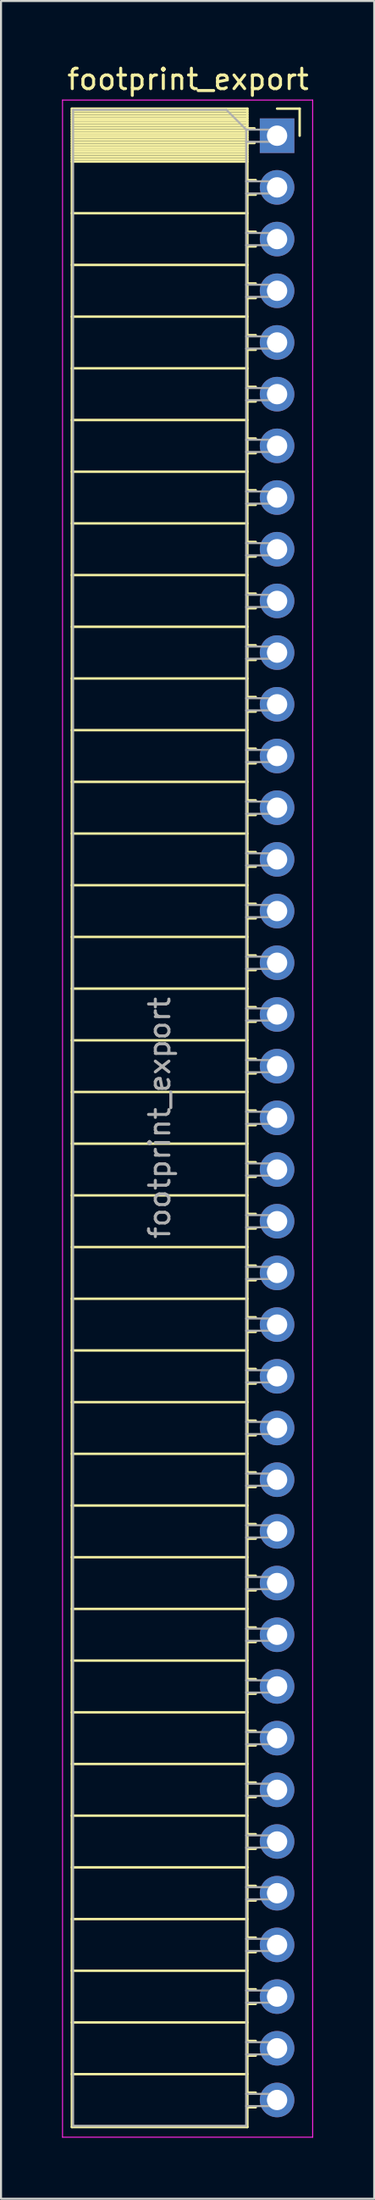
<source format=kicad_pcb>
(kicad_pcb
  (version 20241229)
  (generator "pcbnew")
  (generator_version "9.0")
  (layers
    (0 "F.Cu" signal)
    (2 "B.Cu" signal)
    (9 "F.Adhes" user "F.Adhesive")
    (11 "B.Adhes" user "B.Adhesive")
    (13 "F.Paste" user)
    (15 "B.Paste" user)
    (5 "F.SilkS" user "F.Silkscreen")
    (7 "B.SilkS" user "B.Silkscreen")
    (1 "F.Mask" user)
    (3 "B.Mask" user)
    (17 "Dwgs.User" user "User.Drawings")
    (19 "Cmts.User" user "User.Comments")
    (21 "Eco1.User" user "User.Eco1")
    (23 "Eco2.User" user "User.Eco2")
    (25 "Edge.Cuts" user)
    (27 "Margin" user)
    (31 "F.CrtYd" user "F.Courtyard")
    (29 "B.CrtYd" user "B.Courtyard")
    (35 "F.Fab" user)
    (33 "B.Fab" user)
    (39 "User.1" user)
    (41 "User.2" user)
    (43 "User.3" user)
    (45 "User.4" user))
  (footprint "footprint_export"
    (layer "F.Cu")
    (at 10.575 3.618)
    (property "Reference" "footprint_export" (at -4.38 -2.77 0) (layer "F.SilkS") (effects (font (size 1 1) (thickness 0.15))))
    (attr through_hole)
    (fp_line (start -10.09 -1.33) (end -10.09 97.85) (stroke (width 0.12) (type solid)) (layer "F.SilkS"))
    (fp_line (start -10.09 -1.33) (end -1.46 -1.33) (stroke (width 0.12) (type solid)) (layer "F.SilkS"))
    (fp_line (start -10.09 -1.21) (end -1.46 -1.21) (stroke (width 0.12) (type solid)) (layer "F.SilkS"))
    (fp_line (start -10.09 -1.092) (end -1.46 -1.092) (stroke (width 0.12) (type solid)) (layer "F.SilkS"))
    (fp_line (start -10.09 -0.974) (end -1.46 -0.974) (stroke (width 0.12) (type solid)) (layer "F.SilkS"))
    (fp_line (start -10.09 -0.856) (end -1.46 -0.856) (stroke (width 0.12) (type solid)) (layer "F.SilkS"))
    (fp_line (start -10.09 -0.738) (end -1.46 -0.738) (stroke (width 0.12) (type solid)) (layer "F.SilkS"))
    (fp_line (start -10.09 -0.62) (end -1.46 -0.62) (stroke (width 0.12) (type solid)) (layer "F.SilkS"))
    (fp_line (start -10.09 -0.501) (end -1.46 -0.501) (stroke (width 0.12) (type solid)) (layer "F.SilkS"))
    (fp_line (start -10.09 -0.383) (end -1.46 -0.383) (stroke (width 0.12) (type solid)) (layer "F.SilkS"))
    (fp_line (start -10.09 -0.265) (end -1.46 -0.265) (stroke (width 0.12) (type solid)) (layer "F.SilkS"))
    (fp_line (start -10.09 -0.147) (end -1.46 -0.147) (stroke (width 0.12) (type solid)) (layer "F.SilkS"))
    (fp_line (start -10.09 -0.029) (end -1.46 -0.029) (stroke (width 0.12) (type solid)) (layer "F.SilkS"))
    (fp_line (start -10.09 0.089) (end -1.46 0.089) (stroke (width 0.12) (type solid)) (layer "F.SilkS"))
    (fp_line (start -10.09 0.207) (end -1.46 0.207) (stroke (width 0.12) (type solid)) (layer "F.SilkS"))
    (fp_line (start -10.09 0.325) (end -1.46 0.325) (stroke (width 0.12) (type solid)) (layer "F.SilkS"))
    (fp_line (start -10.09 0.443) (end -1.46 0.443) (stroke (width 0.12) (type solid)) (layer "F.SilkS"))
    (fp_line (start -10.09 0.561) (end -1.46 0.561) (stroke (width 0.12) (type solid)) (layer "F.SilkS"))
    (fp_line (start -10.09 0.68) (end -1.46 0.68) (stroke (width 0.12) (type solid)) (layer "F.SilkS"))
    (fp_line (start -10.09 0.798) (end -1.46 0.798) (stroke (width 0.12) (type solid)) (layer "F.SilkS"))
    (fp_line (start -10.09 0.916) (end -1.46 0.916) (stroke (width 0.12) (type solid)) (layer "F.SilkS"))
    (fp_line (start -10.09 1.034) (end -1.46 1.034) (stroke (width 0.12) (type solid)) (layer "F.SilkS"))
    (fp_line (start -10.09 1.152) (end -1.46 1.152) (stroke (width 0.12) (type solid)) (layer "F.SilkS"))
    (fp_line (start -10.09 1.27) (end -1.46 1.27) (stroke (width 0.12) (type solid)) (layer "F.SilkS"))
    (fp_line (start -10.09 3.81) (end -1.46 3.81) (stroke (width 0.12) (type solid)) (layer "F.SilkS"))
    (fp_line (start -10.09 6.35) (end -1.46 6.35) (stroke (width 0.12) (type solid)) (layer "F.SilkS"))
    (fp_line (start -10.09 8.89) (end -1.46 8.89) (stroke (width 0.12) (type solid)) (layer "F.SilkS"))
    (fp_line (start -10.09 11.43) (end -1.46 11.43) (stroke (width 0.12) (type solid)) (layer "F.SilkS"))
    (fp_line (start -10.09 13.97) (end -1.46 13.97) (stroke (width 0.12) (type solid)) (layer "F.SilkS"))
    (fp_line (start -10.09 16.51) (end -1.46 16.51) (stroke (width 0.12) (type solid)) (layer "F.SilkS"))
    (fp_line (start -10.09 19.05) (end -1.46 19.05) (stroke (width 0.12) (type solid)) (layer "F.SilkS"))
    (fp_line (start -10.09 21.59) (end -1.46 21.59) (stroke (width 0.12) (type solid)) (layer "F.SilkS"))
    (fp_line (start -10.09 24.13) (end -1.46 24.13) (stroke (width 0.12) (type solid)) (layer "F.SilkS"))
    (fp_line (start -10.09 26.67) (end -1.46 26.67) (stroke (width 0.12) (type solid)) (layer "F.SilkS"))
    (fp_line (start -10.09 29.21) (end -1.46 29.21) (stroke (width 0.12) (type solid)) (layer "F.SilkS"))
    (fp_line (start -10.09 31.75) (end -1.46 31.75) (stroke (width 0.12) (type solid)) (layer "F.SilkS"))
    (fp_line (start -10.09 34.29) (end -1.46 34.29) (stroke (width 0.12) (type solid)) (layer "F.SilkS"))
    (fp_line (start -10.09 36.83) (end -1.46 36.83) (stroke (width 0.12) (type solid)) (layer "F.SilkS"))
    (fp_line (start -10.09 39.37) (end -1.46 39.37) (stroke (width 0.12) (type solid)) (layer "F.SilkS"))
    (fp_line (start -10.09 41.91) (end -1.46 41.91) (stroke (width 0.12) (type solid)) (layer "F.SilkS"))
    (fp_line (start -10.09 44.45) (end -1.46 44.45) (stroke (width 0.12) (type solid)) (layer "F.SilkS"))
    (fp_line (start -10.09 46.99) (end -1.46 46.99) (stroke (width 0.12) (type solid)) (layer "F.SilkS"))
    (fp_line (start -10.09 49.53) (end -1.46 49.53) (stroke (width 0.12) (type solid)) (layer "F.SilkS"))
    (fp_line (start -10.09 52.07) (end -1.46 52.07) (stroke (width 0.12) (type solid)) (layer "F.SilkS"))
    (fp_line (start -10.09 54.61) (end -1.46 54.61) (stroke (width 0.12) (type solid)) (layer "F.SilkS"))
    (fp_line (start -10.09 57.15) (end -1.46 57.15) (stroke (width 0.12) (type solid)) (layer "F.SilkS"))
    (fp_line (start -10.09 59.69) (end -1.46 59.69) (stroke (width 0.12) (type solid)) (layer "F.SilkS"))
    (fp_line (start -10.09 62.23) (end -1.46 62.23) (stroke (width 0.12) (type solid)) (layer "F.SilkS"))
    (fp_line (start -10.09 64.77) (end -1.46 64.77) (stroke (width 0.12) (type solid)) (layer "F.SilkS"))
    (fp_line (start -10.09 67.31) (end -1.46 67.31) (stroke (width 0.12) (type solid)) (layer "F.SilkS"))
    (fp_line (start -10.09 69.85) (end -1.46 69.85) (stroke (width 0.12) (type solid)) (layer "F.SilkS"))
    (fp_line (start -10.09 72.39) (end -1.46 72.39) (stroke (width 0.12) (type solid)) (layer "F.SilkS"))
    (fp_line (start -10.09 74.93) (end -1.46 74.93) (stroke (width 0.12) (type solid)) (layer "F.SilkS"))
    (fp_line (start -10.09 77.47) (end -1.46 77.47) (stroke (width 0.12) (type solid)) (layer "F.SilkS"))
    (fp_line (start -10.09 80.01) (end -1.46 80.01) (stroke (width 0.12) (type solid)) (layer "F.SilkS"))
    (fp_line (start -10.09 82.55) (end -1.46 82.55) (stroke (width 0.12) (type solid)) (layer "F.SilkS"))
    (fp_line (start -10.09 85.09) (end -1.46 85.09) (stroke (width 0.12) (type solid)) (layer "F.SilkS"))
    (fp_line (start -10.09 87.63) (end -1.46 87.63) (stroke (width 0.12) (type solid)) (layer "F.SilkS"))
    (fp_line (start -10.09 90.17) (end -1.46 90.17) (stroke (width 0.12) (type solid)) (layer "F.SilkS"))
    (fp_line (start -10.09 92.71) (end -1.46 92.71) (stroke (width 0.12) (type solid)) (layer "F.SilkS"))
    (fp_line (start -10.09 95.25) (end -1.46 95.25) (stroke (width 0.12) (type solid)) (layer "F.SilkS"))
    (fp_line (start -10.09 97.85) (end -1.46 97.85) (stroke (width 0.12) (type solid)) (layer "F.SilkS"))
    (fp_line (start -1.46 -1.33) (end -1.46 97.85) (stroke (width 0.12) (type solid)) (layer "F.SilkS"))
    (fp_line (start -1.46 -0.36) (end -1.11 -0.36) (stroke (width 0.12) (type solid)) (layer "F.SilkS"))
    (fp_line (start -1.46 0.36) (end -1.11 0.36) (stroke (width 0.12) (type solid)) (layer "F.SilkS"))
    (fp_line (start -1.46 2.18) (end -1.05 2.18) (stroke (width 0.12) (type solid)) (layer "F.SilkS"))
    (fp_line (start -1.46 2.9) (end -1.05 2.9) (stroke (width 0.12) (type solid)) (layer "F.SilkS"))
    (fp_line (start -1.46 4.72) (end -1.05 4.72) (stroke (width 0.12) (type solid)) (layer "F.SilkS"))
    (fp_line (start -1.46 5.44) (end -1.05 5.44) (stroke (width 0.12) (type solid)) (layer "F.SilkS"))
    (fp_line (start -1.46 7.26) (end -1.05 7.26) (stroke (width 0.12) (type solid)) (layer "F.SilkS"))
    (fp_line (start -1.46 7.98) (end -1.05 7.98) (stroke (width 0.12) (type solid)) (layer "F.SilkS"))
    (fp_line (start -1.46 9.8) (end -1.05 9.8) (stroke (width 0.12) (type solid)) (layer "F.SilkS"))
    (fp_line (start -1.46 10.52) (end -1.05 10.52) (stroke (width 0.12) (type solid)) (layer "F.SilkS"))
    (fp_line (start -1.46 12.34) (end -1.05 12.34) (stroke (width 0.12) (type solid)) (layer "F.SilkS"))
    (fp_line (start -1.46 13.06) (end -1.05 13.06) (stroke (width 0.12) (type solid)) (layer "F.SilkS"))
    (fp_line (start -1.46 14.88) (end -1.05 14.88) (stroke (width 0.12) (type solid)) (layer "F.SilkS"))
    (fp_line (start -1.46 15.6) (end -1.05 15.6) (stroke (width 0.12) (type solid)) (layer "F.SilkS"))
    (fp_line (start -1.46 17.42) (end -1.05 17.42) (stroke (width 0.12) (type solid)) (layer "F.SilkS"))
    (fp_line (start -1.46 18.14) (end -1.05 18.14) (stroke (width 0.12) (type solid)) (layer "F.SilkS"))
    (fp_line (start -1.46 19.96) (end -1.05 19.96) (stroke (width 0.12) (type solid)) (layer "F.SilkS"))
    (fp_line (start -1.46 20.68) (end -1.05 20.68) (stroke (width 0.12) (type solid)) (layer "F.SilkS"))
    (fp_line (start -1.46 22.5) (end -1.05 22.5) (stroke (width 0.12) (type solid)) (layer "F.SilkS"))
    (fp_line (start -1.46 23.22) (end -1.05 23.22) (stroke (width 0.12) (type solid)) (layer "F.SilkS"))
    (fp_line (start -1.46 25.04) (end -1.05 25.04) (stroke (width 0.12) (type solid)) (layer "F.SilkS"))
    (fp_line (start -1.46 25.76) (end -1.05 25.76) (stroke (width 0.12) (type solid)) (layer "F.SilkS"))
    (fp_line (start -1.46 27.58) (end -1.05 27.58) (stroke (width 0.12) (type solid)) (layer "F.SilkS"))
    (fp_line (start -1.46 28.3) (end -1.05 28.3) (stroke (width 0.12) (type solid)) (layer "F.SilkS"))
    (fp_line (start -1.46 30.12) (end -1.05 30.12) (stroke (width 0.12) (type solid)) (layer "F.SilkS"))
    (fp_line (start -1.46 30.84) (end -1.05 30.84) (stroke (width 0.12) (type solid)) (layer "F.SilkS"))
    (fp_line (start -1.46 32.66) (end -1.05 32.66) (stroke (width 0.12) (type solid)) (layer "F.SilkS"))
    (fp_line (start -1.46 33.38) (end -1.05 33.38) (stroke (width 0.12) (type solid)) (layer "F.SilkS"))
    (fp_line (start -1.46 35.2) (end -1.05 35.2) (stroke (width 0.12) (type solid)) (layer "F.SilkS"))
    (fp_line (start -1.46 35.92) (end -1.05 35.92) (stroke (width 0.12) (type solid)) (layer "F.SilkS"))
    (fp_line (start -1.46 37.74) (end -1.05 37.74) (stroke (width 0.12) (type solid)) (layer "F.SilkS"))
    (fp_line (start -1.46 38.46) (end -1.05 38.46) (stroke (width 0.12) (type solid)) (layer "F.SilkS"))
    (fp_line (start -1.46 40.28) (end -1.05 40.28) (stroke (width 0.12) (type solid)) (layer "F.SilkS"))
    (fp_line (start -1.46 41) (end -1.05 41) (stroke (width 0.12) (type solid)) (layer "F.SilkS"))
    (fp_line (start -1.46 42.82) (end -1.05 42.82) (stroke (width 0.12) (type solid)) (layer "F.SilkS"))
    (fp_line (start -1.46 43.54) (end -1.05 43.54) (stroke (width 0.12) (type solid)) (layer "F.SilkS"))
    (fp_line (start -1.46 45.36) (end -1.05 45.36) (stroke (width 0.12) (type solid)) (layer "F.SilkS"))
    (fp_line (start -1.46 46.08) (end -1.05 46.08) (stroke (width 0.12) (type solid)) (layer "F.SilkS"))
    (fp_line (start -1.46 47.9) (end -1.05 47.9) (stroke (width 0.12) (type solid)) (layer "F.SilkS"))
    (fp_line (start -1.46 48.62) (end -1.05 48.62) (stroke (width 0.12) (type solid)) (layer "F.SilkS"))
    (fp_line (start -1.46 50.44) (end -1.05 50.44) (stroke (width 0.12) (type solid)) (layer "F.SilkS"))
    (fp_line (start -1.46 51.16) (end -1.05 51.16) (stroke (width 0.12) (type solid)) (layer "F.SilkS"))
    (fp_line (start -1.46 52.98) (end -1.05 52.98) (stroke (width 0.12) (type solid)) (layer "F.SilkS"))
    (fp_line (start -1.46 53.7) (end -1.05 53.7) (stroke (width 0.12) (type solid)) (layer "F.SilkS"))
    (fp_line (start -1.46 55.52) (end -1.05 55.52) (stroke (width 0.12) (type solid)) (layer "F.SilkS"))
    (fp_line (start -1.46 56.24) (end -1.05 56.24) (stroke (width 0.12) (type solid)) (layer "F.SilkS"))
    (fp_line (start -1.46 58.06) (end -1.05 58.06) (stroke (width 0.12) (type solid)) (layer "F.SilkS"))
    (fp_line (start -1.46 58.78) (end -1.05 58.78) (stroke (width 0.12) (type solid)) (layer "F.SilkS"))
    (fp_line (start -1.46 60.6) (end -1.05 60.6) (stroke (width 0.12) (type solid)) (layer "F.SilkS"))
    (fp_line (start -1.46 61.32) (end -1.05 61.32) (stroke (width 0.12) (type solid)) (layer "F.SilkS"))
    (fp_line (start -1.46 63.14) (end -1.05 63.14) (stroke (width 0.12) (type solid)) (layer "F.SilkS"))
    (fp_line (start -1.46 63.86) (end -1.05 63.86) (stroke (width 0.12) (type solid)) (layer "F.SilkS"))
    (fp_line (start -1.46 65.68) (end -1.05 65.68) (stroke (width 0.12) (type solid)) (layer "F.SilkS"))
    (fp_line (start -1.46 66.4) (end -1.05 66.4) (stroke (width 0.12) (type solid)) (layer "F.SilkS"))
    (fp_line (start -1.46 68.22) (end -1.05 68.22) (stroke (width 0.12) (type solid)) (layer "F.SilkS"))
    (fp_line (start -1.46 68.94) (end -1.05 68.94) (stroke (width 0.12) (type solid)) (layer "F.SilkS"))
    (fp_line (start -1.46 70.76) (end -1.05 70.76) (stroke (width 0.12) (type solid)) (layer "F.SilkS"))
    (fp_line (start -1.46 71.48) (end -1.05 71.48) (stroke (width 0.12) (type solid)) (layer "F.SilkS"))
    (fp_line (start -1.46 73.3) (end -1.05 73.3) (stroke (width 0.12) (type solid)) (layer "F.SilkS"))
    (fp_line (start -1.46 74.02) (end -1.05 74.02) (stroke (width 0.12) (type solid)) (layer "F.SilkS"))
    (fp_line (start -1.46 75.84) (end -1.05 75.84) (stroke (width 0.12) (type solid)) (layer "F.SilkS"))
    (fp_line (start -1.46 76.56) (end -1.05 76.56) (stroke (width 0.12) (type solid)) (layer "F.SilkS"))
    (fp_line (start -1.46 78.38) (end -1.05 78.38) (stroke (width 0.12) (type solid)) (layer "F.SilkS"))
    (fp_line (start -1.46 79.1) (end -1.05 79.1) (stroke (width 0.12) (type solid)) (layer "F.SilkS"))
    (fp_line (start -1.46 80.92) (end -1.05 80.92) (stroke (width 0.12) (type solid)) (layer "F.SilkS"))
    (fp_line (start -1.46 81.64) (end -1.05 81.64) (stroke (width 0.12) (type solid)) (layer "F.SilkS"))
    (fp_line (start -1.46 83.46) (end -1.05 83.46) (stroke (width 0.12) (type solid)) (layer "F.SilkS"))
    (fp_line (start -1.46 84.18) (end -1.05 84.18) (stroke (width 0.12) (type solid)) (layer "F.SilkS"))
    (fp_line (start -1.46 86) (end -1.05 86) (stroke (width 0.12) (type solid)) (layer "F.SilkS"))
    (fp_line (start -1.46 86.72) (end -1.05 86.72) (stroke (width 0.12) (type solid)) (layer "F.SilkS"))
    (fp_line (start -1.46 88.54) (end -1.05 88.54) (stroke (width 0.12) (type solid)) (layer "F.SilkS"))
    (fp_line (start -1.46 89.26) (end -1.05 89.26) (stroke (width 0.12) (type solid)) (layer "F.SilkS"))
    (fp_line (start -1.46 91.08) (end -1.05 91.08) (stroke (width 0.12) (type solid)) (layer "F.SilkS"))
    (fp_line (start -1.46 91.8) (end -1.05 91.8) (stroke (width 0.12) (type solid)) (layer "F.SilkS"))
    (fp_line (start -1.46 93.62) (end -1.05 93.62) (stroke (width 0.12) (type solid)) (layer "F.SilkS"))
    (fp_line (start -1.46 94.34) (end -1.05 94.34) (stroke (width 0.12) (type solid)) (layer "F.SilkS"))
    (fp_line (start -1.46 96.16) (end -1.05 96.16) (stroke (width 0.12) (type solid)) (layer "F.SilkS"))
    (fp_line (start -1.46 96.88) (end -1.05 96.88) (stroke (width 0.12) (type solid)) (layer "F.SilkS"))
    (fp_line (start 0 -1.33) (end 1.11 -1.33) (stroke (width 0.12) (type solid)) (layer "F.SilkS"))
    (fp_line (start 1.11 -1.33) (end 1.11 0) (stroke (width 0.12) (type solid)) (layer "F.SilkS"))
    (fp_line (start -10.55 -1.75) (end -10.55 98.35) (stroke (width 0.05) (type solid)) (layer "F.CrtYd"))
    (fp_line (start -10.55 98.35) (end 1.75 98.35) (stroke (width 0.05) (type solid)) (layer "F.CrtYd"))
    (fp_line (start 1.75 -1.75) (end -10.55 -1.75) (stroke (width 0.05) (type solid)) (layer "F.CrtYd"))
    (fp_line (start 1.75 98.35) (end 1.75 -1.75) (stroke (width 0.05) (type solid)) (layer "F.CrtYd"))
    (fp_line (start -10.03 -1.27) (end -2.49 -1.27) (stroke (width 0.1) (type solid)) (layer "F.Fab"))
    (fp_line (start -10.03 97.79) (end -10.03 -1.27) (stroke (width 0.1) (type solid)) (layer "F.Fab"))
    (fp_line (start -2.49 -1.27) (end -1.52 -0.3) (stroke (width 0.1) (type solid)) (layer "F.Fab"))
    (fp_line (start -1.52 -0.3) (end -1.52 97.79) (stroke (width 0.1) (type solid)) (layer "F.Fab"))
    (fp_line (start -1.52 0.3) (end 0 0.3) (stroke (width 0.1) (type solid)) (layer "F.Fab"))
    (fp_line (start -1.52 2.84) (end 0 2.84) (stroke (width 0.1) (type solid)) (layer "F.Fab"))
    (fp_line (start -1.52 5.38) (end 0 5.38) (stroke (width 0.1) (type solid)) (layer "F.Fab"))
    (fp_line (start -1.52 7.92) (end 0 7.92) (stroke (width 0.1) (type solid)) (layer "F.Fab"))
    (fp_line (start -1.52 10.46) (end 0 10.46) (stroke (width 0.1) (type solid)) (layer "F.Fab"))
    (fp_line (start -1.52 13) (end 0 13) (stroke (width 0.1) (type solid)) (layer "F.Fab"))
    (fp_line (start -1.52 15.54) (end 0 15.54) (stroke (width 0.1) (type solid)) (layer "F.Fab"))
    (fp_line (start -1.52 18.08) (end 0 18.08) (stroke (width 0.1) (type solid)) (layer "F.Fab"))
    (fp_line (start -1.52 20.62) (end 0 20.62) (stroke (width 0.1) (type solid)) (layer "F.Fab"))
    (fp_line (start -1.52 23.16) (end 0 23.16) (stroke (width 0.1) (type solid)) (layer "F.Fab"))
    (fp_line (start -1.52 25.7) (end 0 25.7) (stroke (width 0.1) (type solid)) (layer "F.Fab"))
    (fp_line (start -1.52 28.24) (end 0 28.24) (stroke (width 0.1) (type solid)) (layer "F.Fab"))
    (fp_line (start -1.52 30.78) (end 0 30.78) (stroke (width 0.1) (type solid)) (layer "F.Fab"))
    (fp_line (start -1.52 33.32) (end 0 33.32) (stroke (width 0.1) (type solid)) (layer "F.Fab"))
    (fp_line (start -1.52 35.86) (end 0 35.86) (stroke (width 0.1) (type solid)) (layer "F.Fab"))
    (fp_line (start -1.52 38.4) (end 0 38.4) (stroke (width 0.1) (type solid)) (layer "F.Fab"))
    (fp_line (start -1.52 40.94) (end 0 40.94) (stroke (width 0.1) (type solid)) (layer "F.Fab"))
    (fp_line (start -1.52 43.48) (end 0 43.48) (stroke (width 0.1) (type solid)) (layer "F.Fab"))
    (fp_line (start -1.52 46.02) (end 0 46.02) (stroke (width 0.1) (type solid)) (layer "F.Fab"))
    (fp_line (start -1.52 48.56) (end 0 48.56) (stroke (width 0.1) (type solid)) (layer "F.Fab"))
    (fp_line (start -1.52 51.1) (end 0 51.1) (stroke (width 0.1) (type solid)) (layer "F.Fab"))
    (fp_line (start -1.52 53.64) (end 0 53.64) (stroke (width 0.1) (type solid)) (layer "F.Fab"))
    (fp_line (start -1.52 56.18) (end 0 56.18) (stroke (width 0.1) (type solid)) (layer "F.Fab"))
    (fp_line (start -1.52 58.72) (end 0 58.72) (stroke (width 0.1) (type solid)) (layer "F.Fab"))
    (fp_line (start -1.52 61.26) (end 0 61.26) (stroke (width 0.1) (type solid)) (layer "F.Fab"))
    (fp_line (start -1.52 63.8) (end 0 63.8) (stroke (width 0.1) (type solid)) (layer "F.Fab"))
    (fp_line (start -1.52 66.34) (end 0 66.34) (stroke (width 0.1) (type solid)) (layer "F.Fab"))
    (fp_line (start -1.52 68.88) (end 0 68.88) (stroke (width 0.1) (type solid)) (layer "F.Fab"))
    (fp_line (start -1.52 71.42) (end 0 71.42) (stroke (width 0.1) (type solid)) (layer "F.Fab"))
    (fp_line (start -1.52 73.96) (end 0 73.96) (stroke (width 0.1) (type solid)) (layer "F.Fab"))
    (fp_line (start -1.52 76.5) (end 0 76.5) (stroke (width 0.1) (type solid)) (layer "F.Fab"))
    (fp_line (start -1.52 79.04) (end 0 79.04) (stroke (width 0.1) (type solid)) (layer "F.Fab"))
    (fp_line (start -1.52 81.58) (end 0 81.58) (stroke (width 0.1) (type solid)) (layer "F.Fab"))
    (fp_line (start -1.52 84.12) (end 0 84.12) (stroke (width 0.1) (type solid)) (layer "F.Fab"))
    (fp_line (start -1.52 86.66) (end 0 86.66) (stroke (width 0.1) (type solid)) (layer "F.Fab"))
    (fp_line (start -1.52 89.2) (end 0 89.2) (stroke (width 0.1) (type solid)) (layer "F.Fab"))
    (fp_line (start -1.52 91.74) (end 0 91.74) (stroke (width 0.1) (type solid)) (layer "F.Fab"))
    (fp_line (start -1.52 94.28) (end 0 94.28) (stroke (width 0.1) (type solid)) (layer "F.Fab"))
    (fp_line (start -1.52 96.82) (end 0 96.82) (stroke (width 0.1) (type solid)) (layer "F.Fab"))
    (fp_line (start -1.52 97.79) (end -10.03 97.79) (stroke (width 0.1) (type solid)) (layer "F.Fab"))
    (fp_line (start 0 -0.3) (end -1.52 -0.3) (stroke (width 0.1) (type solid)) (layer "F.Fab"))
    (fp_line (start 0 0.3) (end 0 -0.3) (stroke (width 0.1) (type solid)) (layer "F.Fab"))
    (fp_line (start 0 2.24) (end -1.52 2.24) (stroke (width 0.1) (type solid)) (layer "F.Fab"))
    (fp_line (start 0 2.84) (end 0 2.24) (stroke (width 0.1) (type solid)) (layer "F.Fab"))
    (fp_line (start 0 4.78) (end -1.52 4.78) (stroke (width 0.1) (type solid)) (layer "F.Fab"))
    (fp_line (start 0 5.38) (end 0 4.78) (stroke (width 0.1) (type solid)) (layer "F.Fab"))
    (fp_line (start 0 7.32) (end -1.52 7.32) (stroke (width 0.1) (type solid)) (layer "F.Fab"))
    (fp_line (start 0 7.92) (end 0 7.32) (stroke (width 0.1) (type solid)) (layer "F.Fab"))
    (fp_line (start 0 9.86) (end -1.52 9.86) (stroke (width 0.1) (type solid)) (layer "F.Fab"))
    (fp_line (start 0 10.46) (end 0 9.86) (stroke (width 0.1) (type solid)) (layer "F.Fab"))
    (fp_line (start 0 12.4) (end -1.52 12.4) (stroke (width 0.1) (type solid)) (layer "F.Fab"))
    (fp_line (start 0 13) (end 0 12.4) (stroke (width 0.1) (type solid)) (layer "F.Fab"))
    (fp_line (start 0 14.94) (end -1.52 14.94) (stroke (width 0.1) (type solid)) (layer "F.Fab"))
    (fp_line (start 0 15.54) (end 0 14.94) (stroke (width 0.1) (type solid)) (layer "F.Fab"))
    (fp_line (start 0 17.48) (end -1.52 17.48) (stroke (width 0.1) (type solid)) (layer "F.Fab"))
    (fp_line (start 0 18.08) (end 0 17.48) (stroke (width 0.1) (type solid)) (layer "F.Fab"))
    (fp_line (start 0 20.02) (end -1.52 20.02) (stroke (width 0.1) (type solid)) (layer "F.Fab"))
    (fp_line (start 0 20.62) (end 0 20.02) (stroke (width 0.1) (type solid)) (layer "F.Fab"))
    (fp_line (start 0 22.56) (end -1.52 22.56) (stroke (width 0.1) (type solid)) (layer "F.Fab"))
    (fp_line (start 0 23.16) (end 0 22.56) (stroke (width 0.1) (type solid)) (layer "F.Fab"))
    (fp_line (start 0 25.1) (end -1.52 25.1) (stroke (width 0.1) (type solid)) (layer "F.Fab"))
    (fp_line (start 0 25.7) (end 0 25.1) (stroke (width 0.1) (type solid)) (layer "F.Fab"))
    (fp_line (start 0 27.64) (end -1.52 27.64) (stroke (width 0.1) (type solid)) (layer "F.Fab"))
    (fp_line (start 0 28.24) (end 0 27.64) (stroke (width 0.1) (type solid)) (layer "F.Fab"))
    (fp_line (start 0 30.18) (end -1.52 30.18) (stroke (width 0.1) (type solid)) (layer "F.Fab"))
    (fp_line (start 0 30.78) (end 0 30.18) (stroke (width 0.1) (type solid)) (layer "F.Fab"))
    (fp_line (start 0 32.72) (end -1.52 32.72) (stroke (width 0.1) (type solid)) (layer "F.Fab"))
    (fp_line (start 0 33.32) (end 0 32.72) (stroke (width 0.1) (type solid)) (layer "F.Fab"))
    (fp_line (start 0 35.26) (end -1.52 35.26) (stroke (width 0.1) (type solid)) (layer "F.Fab"))
    (fp_line (start 0 35.86) (end 0 35.26) (stroke (width 0.1) (type solid)) (layer "F.Fab"))
    (fp_line (start 0 37.8) (end -1.52 37.8) (stroke (width 0.1) (type solid)) (layer "F.Fab"))
    (fp_line (start 0 38.4) (end 0 37.8) (stroke (width 0.1) (type solid)) (layer "F.Fab"))
    (fp_line (start 0 40.34) (end -1.52 40.34) (stroke (width 0.1) (type solid)) (layer "F.Fab"))
    (fp_line (start 0 40.94) (end 0 40.34) (stroke (width 0.1) (type solid)) (layer "F.Fab"))
    (fp_line (start 0 42.88) (end -1.52 42.88) (stroke (width 0.1) (type solid)) (layer "F.Fab"))
    (fp_line (start 0 43.48) (end 0 42.88) (stroke (width 0.1) (type solid)) (layer "F.Fab"))
    (fp_line (start 0 45.42) (end -1.52 45.42) (stroke (width 0.1) (type solid)) (layer "F.Fab"))
    (fp_line (start 0 46.02) (end 0 45.42) (stroke (width 0.1) (type solid)) (layer "F.Fab"))
    (fp_line (start 0 47.96) (end -1.52 47.96) (stroke (width 0.1) (type solid)) (layer "F.Fab"))
    (fp_line (start 0 48.56) (end 0 47.96) (stroke (width 0.1) (type solid)) (layer "F.Fab"))
    (fp_line (start 0 50.5) (end -1.52 50.5) (stroke (width 0.1) (type solid)) (layer "F.Fab"))
    (fp_line (start 0 51.1) (end 0 50.5) (stroke (width 0.1) (type solid)) (layer "F.Fab"))
    (fp_line (start 0 53.04) (end -1.52 53.04) (stroke (width 0.1) (type solid)) (layer "F.Fab"))
    (fp_line (start 0 53.64) (end 0 53.04) (stroke (width 0.1) (type solid)) (layer "F.Fab"))
    (fp_line (start 0 55.58) (end -1.52 55.58) (stroke (width 0.1) (type solid)) (layer "F.Fab"))
    (fp_line (start 0 56.18) (end 0 55.58) (stroke (width 0.1) (type solid)) (layer "F.Fab"))
    (fp_line (start 0 58.12) (end -1.52 58.12) (stroke (width 0.1) (type solid)) (layer "F.Fab"))
    (fp_line (start 0 58.72) (end 0 58.12) (stroke (width 0.1) (type solid)) (layer "F.Fab"))
    (fp_line (start 0 60.66) (end -1.52 60.66) (stroke (width 0.1) (type solid)) (layer "F.Fab"))
    (fp_line (start 0 61.26) (end 0 60.66) (stroke (width 0.1) (type solid)) (layer "F.Fab"))
    (fp_line (start 0 63.2) (end -1.52 63.2) (stroke (width 0.1) (type solid)) (layer "F.Fab"))
    (fp_line (start 0 63.8) (end 0 63.2) (stroke (width 0.1) (type solid)) (layer "F.Fab"))
    (fp_line (start 0 65.74) (end -1.52 65.74) (stroke (width 0.1) (type solid)) (layer "F.Fab"))
    (fp_line (start 0 66.34) (end 0 65.74) (stroke (width 0.1) (type solid)) (layer "F.Fab"))
    (fp_line (start 0 68.28) (end -1.52 68.28) (stroke (width 0.1) (type solid)) (layer "F.Fab"))
    (fp_line (start 0 68.88) (end 0 68.28) (stroke (width 0.1) (type solid)) (layer "F.Fab"))
    (fp_line (start 0 70.82) (end -1.52 70.82) (stroke (width 0.1) (type solid)) (layer "F.Fab"))
    (fp_line (start 0 71.42) (end 0 70.82) (stroke (width 0.1) (type solid)) (layer "F.Fab"))
    (fp_line (start 0 73.36) (end -1.52 73.36) (stroke (width 0.1) (type solid)) (layer "F.Fab"))
    (fp_line (start 0 73.96) (end 0 73.36) (stroke (width 0.1) (type solid)) (layer "F.Fab"))
    (fp_line (start 0 75.9) (end -1.52 75.9) (stroke (width 0.1) (type solid)) (layer "F.Fab"))
    (fp_line (start 0 76.5) (end 0 75.9) (stroke (width 0.1) (type solid)) (layer "F.Fab"))
    (fp_line (start 0 78.44) (end -1.52 78.44) (stroke (width 0.1) (type solid)) (layer "F.Fab"))
    (fp_line (start 0 79.04) (end 0 78.44) (stroke (width 0.1) (type solid)) (layer "F.Fab"))
    (fp_line (start 0 80.98) (end -1.52 80.98) (stroke (width 0.1) (type solid)) (layer "F.Fab"))
    (fp_line (start 0 81.58) (end 0 80.98) (stroke (width 0.1) (type solid)) (layer "F.Fab"))
    (fp_line (start 0 83.52) (end -1.52 83.52) (stroke (width 0.1) (type solid)) (layer "F.Fab"))
    (fp_line (start 0 84.12) (end 0 83.52) (stroke (width 0.1) (type solid)) (layer "F.Fab"))
    (fp_line (start 0 86.06) (end -1.52 86.06) (stroke (width 0.1) (type solid)) (layer "F.Fab"))
    (fp_line (start 0 86.66) (end 0 86.06) (stroke (width 0.1) (type solid)) (layer "F.Fab"))
    (fp_line (start 0 88.6) (end -1.52 88.6) (stroke (width 0.1) (type solid)) (layer "F.Fab"))
    (fp_line (start 0 89.2) (end 0 88.6) (stroke (width 0.1) (type solid)) (layer "F.Fab"))
    (fp_line (start 0 91.14) (end -1.52 91.14) (stroke (width 0.1) (type solid)) (layer "F.Fab"))
    (fp_line (start 0 91.74) (end 0 91.14) (stroke (width 0.1) (type solid)) (layer "F.Fab"))
    (fp_line (start 0 93.68) (end -1.52 93.68) (stroke (width 0.1) (type solid)) (layer "F.Fab"))
    (fp_line (start 0 94.28) (end 0 93.68) (stroke (width 0.1) (type solid)) (layer "F.Fab"))
    (fp_line (start 0 96.22) (end -1.52 96.22) (stroke (width 0.1) (type solid)) (layer "F.Fab"))
    (fp_line (start 0 96.82) (end 0 96.22) (stroke (width 0.1) (type solid)) (layer "F.Fab"))
    (fp_text user "${REFERENCE}" (at -5.775 48.26 90) (layer "F.Fab") (effects (font (size 1 1) (thickness 0.15))))
    (pad "1" thru_hole rect (at 0 0) (size 1.7 1.7) (drill 1) (layers "*.Cu" "*.Mask"))
    (pad "2" thru_hole oval (at 0 2.54) (size 1.7 1.7) (drill 1) (layers "*.Cu" "*.Mask"))
    (pad "3" thru_hole oval (at 0 5.08) (size 1.7 1.7) (drill 1) (layers "*.Cu" "*.Mask"))
    (pad "4" thru_hole oval (at 0 7.62) (size 1.7 1.7) (drill 1) (layers "*.Cu" "*.Mask"))
    (pad "5" thru_hole oval (at 0 10.16) (size 1.7 1.7) (drill 1) (layers "*.Cu" "*.Mask"))
    (pad "6" thru_hole oval (at 0 12.7) (size 1.7 1.7) (drill 1) (layers "*.Cu" "*.Mask"))
    (pad "7" thru_hole oval (at 0 15.24) (size 1.7 1.7) (drill 1) (layers "*.Cu" "*.Mask"))
    (pad "8" thru_hole oval (at 0 17.78) (size 1.7 1.7) (drill 1) (layers "*.Cu" "*.Mask"))
    (pad "9" thru_hole oval (at 0 20.32) (size 1.7 1.7) (drill 1) (layers "*.Cu" "*.Mask"))
    (pad "10" thru_hole oval (at 0 22.86) (size 1.7 1.7) (drill 1) (layers "*.Cu" "*.Mask"))
    (pad "11" thru_hole oval (at 0 25.4) (size 1.7 1.7) (drill 1) (layers "*.Cu" "*.Mask"))
    (pad "12" thru_hole oval (at 0 27.94) (size 1.7 1.7) (drill 1) (layers "*.Cu" "*.Mask"))
    (pad "13" thru_hole oval (at 0 30.48) (size 1.7 1.7) (drill 1) (layers "*.Cu" "*.Mask"))
    (pad "14" thru_hole oval (at 0 33.02) (size 1.7 1.7) (drill 1) (layers "*.Cu" "*.Mask"))
    (pad "15" thru_hole oval (at 0 35.56) (size 1.7 1.7) (drill 1) (layers "*.Cu" "*.Mask"))
    (pad "16" thru_hole oval (at 0 38.1) (size 1.7 1.7) (drill 1) (layers "*.Cu" "*.Mask"))
    (pad "17" thru_hole oval (at 0 40.64) (size 1.7 1.7) (drill 1) (layers "*.Cu" "*.Mask"))
    (pad "18" thru_hole oval (at 0 43.18) (size 1.7 1.7) (drill 1) (layers "*.Cu" "*.Mask"))
    (pad "19" thru_hole oval (at 0 45.72) (size 1.7 1.7) (drill 1) (layers "*.Cu" "*.Mask"))
    (pad "20" thru_hole oval (at 0 48.26) (size 1.7 1.7) (drill 1) (layers "*.Cu" "*.Mask"))
    (pad "21" thru_hole oval (at 0 50.8) (size 1.7 1.7) (drill 1) (layers "*.Cu" "*.Mask"))
    (pad "22" thru_hole oval (at 0 53.34) (size 1.7 1.7) (drill 1) (layers "*.Cu" "*.Mask"))
    (pad "23" thru_hole oval (at 0 55.88) (size 1.7 1.7) (drill 1) (layers "*.Cu" "*.Mask"))
    (pad "24" thru_hole oval (at 0 58.42) (size 1.7 1.7) (drill 1) (layers "*.Cu" "*.Mask"))
    (pad "25" thru_hole oval (at 0 60.96) (size 1.7 1.7) (drill 1) (layers "*.Cu" "*.Mask"))
    (pad "26" thru_hole oval (at 0 63.5) (size 1.7 1.7) (drill 1) (layers "*.Cu" "*.Mask"))
    (pad "27" thru_hole oval (at 0 66.04) (size 1.7 1.7) (drill 1) (layers "*.Cu" "*.Mask"))
    (pad "28" thru_hole oval (at 0 68.58) (size 1.7 1.7) (drill 1) (layers "*.Cu" "*.Mask"))
    (pad "29" thru_hole oval (at 0 71.12) (size 1.7 1.7) (drill 1) (layers "*.Cu" "*.Mask"))
    (pad "30" thru_hole oval (at 0 73.66) (size 1.7 1.7) (drill 1) (layers "*.Cu" "*.Mask"))
    (pad "31" thru_hole oval (at 0 76.2) (size 1.7 1.7) (drill 1) (layers "*.Cu" "*.Mask"))
    (pad "32" thru_hole oval (at 0 78.74) (size 1.7 1.7) (drill 1) (layers "*.Cu" "*.Mask"))
    (pad "33" thru_hole oval (at 0 81.28) (size 1.7 1.7) (drill 1) (layers "*.Cu" "*.Mask"))
    (pad "34" thru_hole oval (at 0 83.82) (size 1.7 1.7) (drill 1) (layers "*.Cu" "*.Mask"))
    (pad "35" thru_hole oval (at 0 86.36) (size 1.7 1.7) (drill 1) (layers "*.Cu" "*.Mask"))
    (pad "36" thru_hole oval (at 0 88.9) (size 1.7 1.7) (drill 1) (layers "*.Cu" "*.Mask"))
    (pad "37" thru_hole oval (at 0 91.44) (size 1.7 1.7) (drill 1) (layers "*.Cu" "*.Mask"))
    (pad "38" thru_hole oval (at 0 93.98) (size 1.7 1.7) (drill 1) (layers "*.Cu" "*.Mask"))
    (pad "39" thru_hole oval (at 0 96.52) (size 1.7 1.7) (drill 1) (layers "*.Cu" "*.Mask")))
  (gr_rect
    (start -3 -3)
    (end 15.35 104.993)
    (stroke (width 0.1) (type default))
    (fill no)
    (layer "Edge.Cuts")))
</source>
